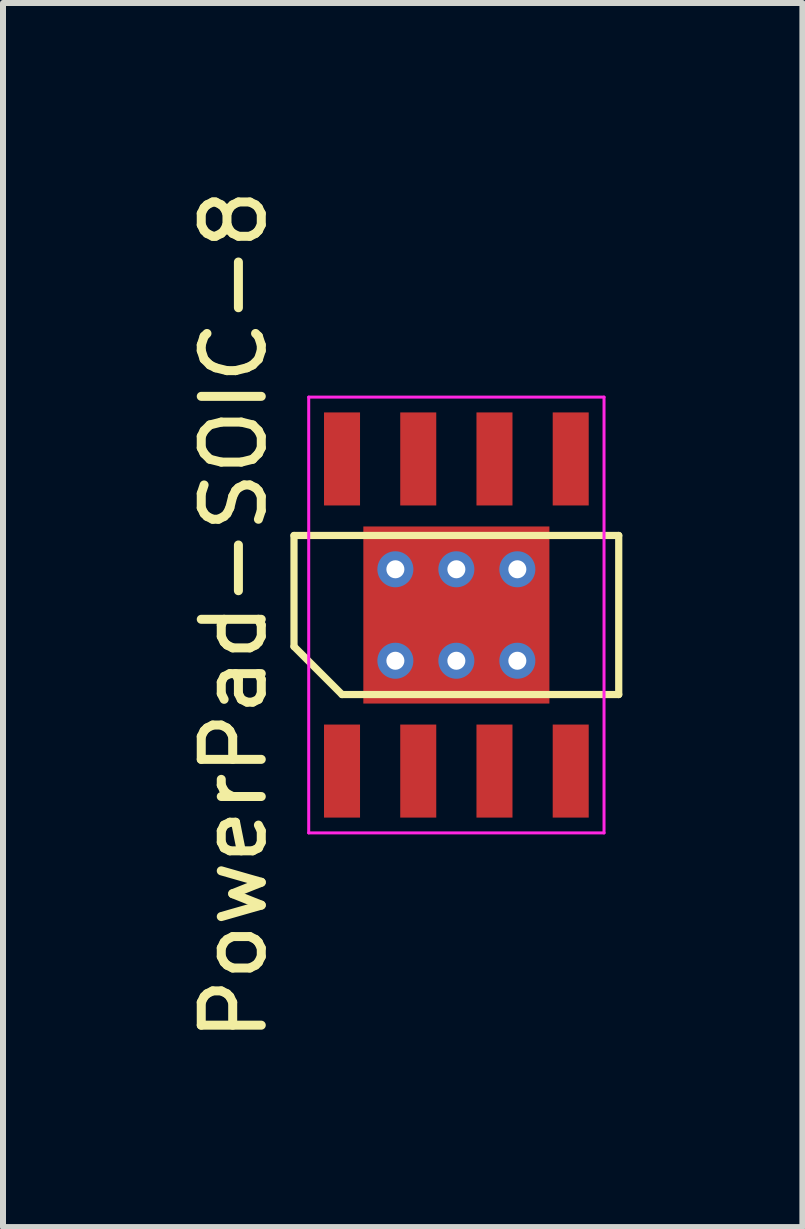
<source format=kicad_pcb>
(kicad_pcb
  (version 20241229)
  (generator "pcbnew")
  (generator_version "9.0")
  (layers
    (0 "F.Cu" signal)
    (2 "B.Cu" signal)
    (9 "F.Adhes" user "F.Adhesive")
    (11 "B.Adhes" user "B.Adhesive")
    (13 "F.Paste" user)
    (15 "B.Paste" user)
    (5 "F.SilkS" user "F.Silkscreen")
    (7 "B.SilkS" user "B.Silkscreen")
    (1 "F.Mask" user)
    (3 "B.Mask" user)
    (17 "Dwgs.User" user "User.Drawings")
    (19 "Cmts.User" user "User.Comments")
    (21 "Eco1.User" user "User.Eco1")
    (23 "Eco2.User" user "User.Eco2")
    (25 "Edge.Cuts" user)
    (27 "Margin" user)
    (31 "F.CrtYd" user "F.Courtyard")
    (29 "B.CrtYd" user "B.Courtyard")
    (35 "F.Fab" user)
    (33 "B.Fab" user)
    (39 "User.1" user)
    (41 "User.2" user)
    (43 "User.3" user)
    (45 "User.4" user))
  (footprint "PowerPad-SOIC-8"
    (layer "F.Cu")
    (at 4.553 7.196)
    (property "Reference" "PowerPad-SOIC-8" (at -3.705 0 90) (layer "F.SilkS") (effects (font (size 1 1) (thickness 0.15))))
    (attr smd)
    (fp_line (start -2.705 -1.325) (end 2.705 -1.325) (stroke (width 0.12) (type solid)) (layer "F.SilkS"))
    (fp_line (start -2.705 0.525) (end -2.705 -1.325) (stroke (width 0.12) (type solid)) (layer "F.SilkS"))
    (fp_line (start -1.905 1.325) (end -2.705 0.525) (stroke (width 0.12) (type solid)) (layer "F.SilkS"))
    (fp_line (start 2.705 -1.325) (end 2.705 1.325) (stroke (width 0.12) (type solid)) (layer "F.SilkS"))
    (fp_line (start 2.705 1.325) (end -1.905 1.325) (stroke (width 0.12) (type solid)) (layer "F.SilkS"))
    (fp_line (start -2.46 -3.63) (end 2.46 -3.63) (stroke (width 0.05) (type solid)) (layer "F.CrtYd"))
    (fp_line (start -2.46 3.63) (end -2.46 -3.63) (stroke (width 0.05) (type solid)) (layer "F.CrtYd"))
    (fp_line (start 2.46 -3.63) (end 2.46 3.63) (stroke (width 0.05) (type solid)) (layer "F.CrtYd"))
    (fp_line (start 2.46 3.63) (end -2.46 3.63) (stroke (width 0.05) (type solid)) (layer "F.CrtYd"))
    (pad "1" smd rect (at -1.905 2.6) (size 0.6 1.55) (layers "F.Cu" "F.Mask" "F.Paste"))
    (pad "2" smd rect (at -0.635 2.6) (size 0.6 1.55) (layers "F.Cu" "F.Mask" "F.Paste"))
    (pad "3" smd rect (at 0.635 2.6) (size 0.6 1.55) (layers "F.Cu" "F.Mask" "F.Paste"))
    (pad "4" smd rect (at 1.905 2.6) (size 0.6 1.55) (layers "F.Cu" "F.Mask" "F.Paste"))
    (pad "5" smd rect (at 1.905 -2.6) (size 0.6 1.55) (layers "F.Cu" "F.Mask" "F.Paste"))
    (pad "6" smd rect (at 0.635 -2.6) (size 0.6 1.55) (layers "F.Cu" "F.Mask" "F.Paste"))
    (pad "7" smd rect (at -0.635 -2.6) (size 0.6 1.55) (layers "F.Cu" "F.Mask" "F.Paste"))
    (pad "8" smd rect (at -1.905 -2.6) (size 0.6 1.55) (layers "F.Cu" "F.Mask" "F.Paste"))
    (pad "9" thru_hole circle (at -1.016 -0.762) (size 0.6 0.6) (drill 0.3) (layers "*.Cu" "*.Mask"))
    (pad "9" thru_hole circle (at -1.016 0.762) (size 0.6 0.6) (drill 0.3) (layers "*.Cu" "*.Mask"))
    (pad "9" thru_hole circle (at 0 -0.762) (size 0.6 0.6) (drill 0.3) (layers "*.Cu" "*.Mask"))
    (pad "9" smd rect (at 0 0) (size 3.1 2.95) (layers "F.Cu" "F.Mask" "F.Paste"))
    (pad "9" thru_hole circle (at 0 0.762) (size 0.6 0.6) (drill 0.3) (layers "*.Cu" "*.Mask"))
    (pad "9" thru_hole circle (at 1.016 -0.762) (size 0.6 0.6) (drill 0.3) (layers "*.Cu" "*.Mask"))
    (pad "9" thru_hole circle (at 1.016 0.762) (size 0.6 0.6) (drill 0.3) (layers "*.Cu" "*.Mask")))
  (gr_rect
    (start -3 -3)
    (end 10.318 17.393)
    (stroke (width 0.1) (type default))
    (fill no)
    (layer "Edge.Cuts")))
</source>
